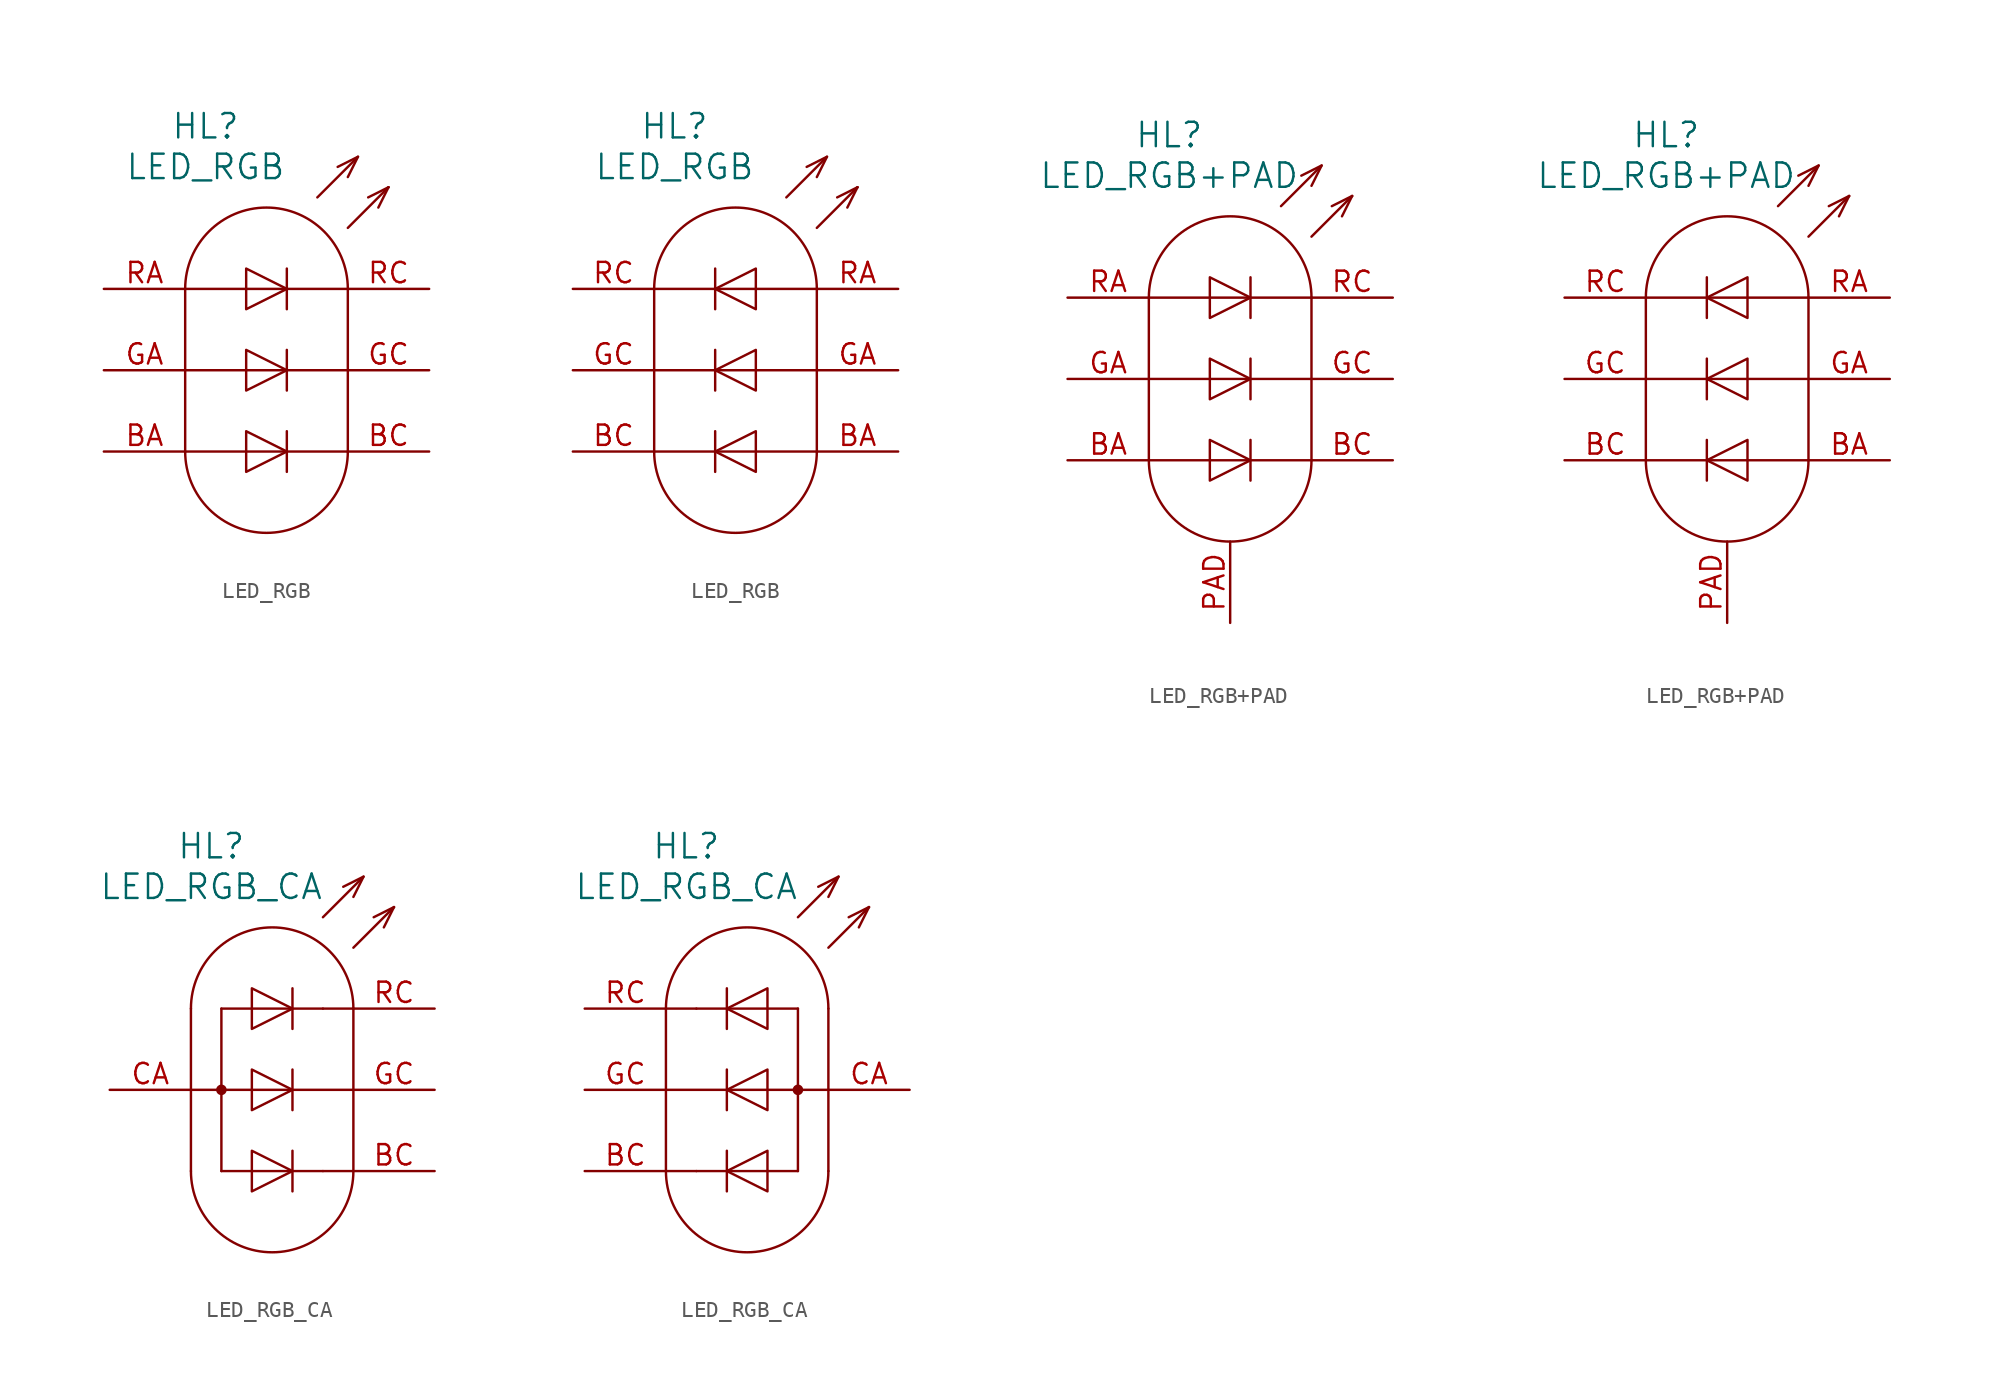
<source format=kicad_sym>
(kicad_symbol_lib
  (version 20220914)
  (generator kicad_symbol_editor)
  (symbol "LED_RGB"
    (pin_names
      (offset 1.016) hide)
    (property "Reference" "HL"
      (at -3.81 15.24 0)
      (effects (font (size 1.524 1.524))))
    (property "Value" "LED_RGB"
      (at -3.81 12.7 0)
      (effects (font (size 1.524 1.524))))
    (property "Datasheet" ""
      (at 5.08 -8.89 0)
      (effects (font (size 1.524 1.524))))
    (symbol "LED_RGB_0_0"
      (arc (start -5.08 -5.08) (mid 0 -10.1379) (end 5.08 -5.08) (stroke (width 0) (type solid)) (fill (type none)))
      (polyline (pts (xy -5.08 5.08) (xy -5.08 -5.08)) (stroke (width 0) (type solid)) (fill (type none)))
      (polyline (pts (xy 5.08 -5.08) (xy 5.08 5.08)) (stroke (width 0) (type solid)) (fill (type background)))
      (polyline (pts (xy -5.08 -5.08) (xy 5.08 -5.08) (xy 5.08 -5.08)) (stroke (width 0) (type solid)) (fill (type none)))
      (polyline (pts (xy -5.08 0) (xy 5.08 0) (xy 5.08 0)) (stroke (width 0) (type solid)) (fill (type none)))
      (polyline (pts (xy -5.08 5.08) (xy 5.08 5.08) (xy 5.08 5.08)) (stroke (width 0) (type solid)) (fill (type none)))
      (polyline (pts (xy 3.175 10.795) (xy 5.715 13.335) (xy 5.715 13.335)) (stroke (width 0) (type solid)) (fill (type none)))
      (polyline (pts (xy 5.08 8.89) (xy 7.62 11.43) (xy 7.62 11.43)) (stroke (width 0) (type solid)) (fill (type none)))
      (polyline (pts (xy 7.62 11.43) (xy 6.35 10.795) (xy 6.35 10.795)) (stroke (width 0) (type solid)) (fill (type none)))
      (polyline (pts (xy 7.62 11.43) (xy 6.985 10.16) (xy 6.985 10.16)) (stroke (width 0) (type solid)) (fill (type none)))
      (polyline (pts (xy 5.08 12.065) (xy 5.715 13.335) (xy 4.445 12.7) (xy 4.445 12.7)) (stroke (width 0) (type solid)) (fill (type none)))
      (arc (start 5.08 5.08) (mid 0 10.1379) (end -5.08 5.08) (stroke (width 0) (type solid)) (fill (type none))))
    (symbol "LED_RGB_0_1"
      (polyline (pts (xy 1.27 -3.81) (xy 1.27 -6.35) (xy 1.27 -6.35)) (stroke (width 0) (type solid)) (fill (type none)))
      (polyline (pts (xy 1.27 1.27) (xy 1.27 -1.27) (xy 1.27 -1.27)) (stroke (width 0) (type solid)) (fill (type none)))
      (polyline (pts (xy 1.27 6.35) (xy 1.27 3.81) (xy 1.27 3.81)) (stroke (width 0) (type solid)) (fill (type none)))
      (polyline (pts (xy -1.27 -3.81) (xy -1.27 -6.35) (xy 1.27 -5.08) (xy -1.27 -3.81) (xy -1.27 -3.81)) (stroke (width 0) (type solid)) (fill (type none)))
      (polyline (pts (xy -1.27 1.27) (xy -1.27 -1.27) (xy 1.27 0) (xy -1.27 1.27) (xy -1.27 1.27)) (stroke (width 0) (type solid)) (fill (type none)))
      (polyline (pts (xy -1.27 6.35) (xy -1.27 3.81) (xy 1.27 5.08) (xy -1.27 6.35) (xy -1.27 6.35)) (stroke (width 0) (type solid)) (fill (type none))))
    (symbol "LED_RGB_0_2"
      (polyline (pts (xy -1.27 -3.81) (xy -1.27 -6.35) (xy -1.27 -6.35)) (stroke (width 0) (type solid)) (fill (type none)))
      (polyline (pts (xy -1.27 1.27) (xy -1.27 -1.27) (xy -1.27 -1.27)) (stroke (width 0) (type solid)) (fill (type none)))
      (polyline (pts (xy -1.27 6.35) (xy -1.27 3.81) (xy -1.27 3.81)) (stroke (width 0) (type solid)) (fill (type none)))
      (polyline (pts (xy 1.27 -3.81) (xy 1.27 -6.35) (xy -1.27 -5.08) (xy 1.27 -3.81) (xy 1.27 -3.81)) (stroke (width 0) (type solid)) (fill (type none)))
      (polyline (pts (xy 1.27 1.27) (xy 1.27 -1.27) (xy -1.27 0) (xy 1.27 1.27) (xy 1.27 1.27)) (stroke (width 0) (type solid)) (fill (type none)))
      (polyline (pts (xy 1.27 6.35) (xy 1.27 3.81) (xy -1.27 5.08) (xy 1.27 6.35) (xy 1.27 6.35)) (stroke (width 0) (type solid)) (fill (type none))))
    (symbol "LED_RGB_1_1"
      (pin passive line (at -10.16 -5.08 0) (length 5.08) (name "~" (effects (font (size 1.27 1.27)))) (number "BA" (effects (font (size 1.27 1.27)))))
      (pin passive line (at 10.16 -5.08 180) (length 5.08) (name "B" (effects (font (size 1.27 1.27)))) (number "BC" (effects (font (size 1.27 1.27)))))
      (pin passive line (at -10.16 0 0) (length 5.08) (name "~" (effects (font (size 1.27 1.27)))) (number "GA" (effects (font (size 1.27 1.27)))))
      (pin passive line (at 10.16 0 180) (length 5.08) (name "G" (effects (font (size 1.27 1.27)))) (number "GC" (effects (font (size 1.27 1.27)))))
      (pin passive line (at -10.16 5.08 0) (length 5.08) (name "~" (effects (font (size 1.27 1.27)))) (number "RA" (effects (font (size 1.27 1.27)))))
      (pin passive line (at 10.16 5.08 180) (length 5.08) (name "~" (effects (font (size 1.27 1.27)))) (number "RC" (effects (font (size 1.27 1.27))))))
    (symbol "LED_RGB_1_2"
      (pin passive line (at 10.16 -5.08 180) (length 5.08) (name "~" (effects (font (size 1.27 1.27)))) (number "BA" (effects (font (size 1.27 1.27)))))
      (pin passive line (at -10.16 -5.08 0) (length 5.08) (name "B" (effects (font (size 1.27 1.27)))) (number "BC" (effects (font (size 1.27 1.27)))))
      (pin passive line (at 10.16 0 180) (length 5.08) (name "~" (effects (font (size 1.27 1.27)))) (number "GA" (effects (font (size 1.27 1.27)))))
      (pin passive line (at -10.16 0 0) (length 5.08) (name "G" (effects (font (size 1.27 1.27)))) (number "GC" (effects (font (size 1.27 1.27)))))
      (pin passive line (at 10.16 5.08 180) (length 5.08) (name "~" (effects (font (size 1.27 1.27)))) (number "RA" (effects (font (size 1.27 1.27)))))
      (pin passive line (at -10.16 5.08 0) (length 5.08) (name "~" (effects (font (size 1.27 1.27)))) (number "RC" (effects (font (size 1.27 1.27)))))))
  (symbol "LED_RGB+PAD"
    (pin_names
      (offset 1.016) hide)
    (property "Reference" "HL"
      (at -3.81 15.24 0)
      (effects (font (size 1.524 1.524))))
    (property "Value" "LED_RGB+PAD"
      (at -3.81 12.7 0)
      (effects (font (size 1.524 1.524))))
    (property "Datasheet" ""
      (at 5.08 -8.89 0)
      (effects (font (size 1.524 1.524))))
    (symbol "LED_RGB+PAD_0_0"
      (arc (start -5.08 -5.08) (mid 0 -10.1379) (end 5.08 -5.08) (stroke (width 0) (type solid)) (fill (type none)))
      (polyline (pts (xy -5.08 5.08) (xy -5.08 -5.08)) (stroke (width 0) (type solid)) (fill (type none)))
      (polyline (pts (xy 5.08 -5.08) (xy 5.08 5.08)) (stroke (width 0) (type solid)) (fill (type background)))
      (polyline (pts (xy -5.08 -5.08) (xy 5.08 -5.08) (xy 5.08 -5.08)) (stroke (width 0) (type solid)) (fill (type none)))
      (polyline (pts (xy -5.08 0) (xy 5.08 0) (xy 5.08 0)) (stroke (width 0) (type solid)) (fill (type none)))
      (polyline (pts (xy -5.08 5.08) (xy 5.08 5.08) (xy 5.08 5.08)) (stroke (width 0) (type solid)) (fill (type none)))
      (polyline (pts (xy 3.175 10.795) (xy 5.715 13.335) (xy 5.715 13.335)) (stroke (width 0) (type solid)) (fill (type none)))
      (polyline (pts (xy 5.08 8.89) (xy 7.62 11.43) (xy 7.62 11.43)) (stroke (width 0) (type solid)) (fill (type none)))
      (polyline (pts (xy 7.62 11.43) (xy 6.35 10.795) (xy 6.35 10.795)) (stroke (width 0) (type solid)) (fill (type none)))
      (polyline (pts (xy 7.62 11.43) (xy 6.985 10.16) (xy 6.985 10.16)) (stroke (width 0) (type solid)) (fill (type none)))
      (polyline (pts (xy 5.08 12.065) (xy 5.715 13.335) (xy 4.445 12.7) (xy 4.445 12.7)) (stroke (width 0) (type solid)) (fill (type none)))
      (arc (start 5.08 5.08) (mid 0 10.1379) (end -5.08 5.08) (stroke (width 0) (type solid)) (fill (type none))))
    (symbol "LED_RGB+PAD_0_1"
      (polyline (pts (xy 1.27 -3.81) (xy 1.27 -6.35) (xy 1.27 -6.35)) (stroke (width 0) (type solid)) (fill (type none)))
      (polyline (pts (xy 1.27 1.27) (xy 1.27 -1.27) (xy 1.27 -1.27)) (stroke (width 0) (type solid)) (fill (type none)))
      (polyline (pts (xy 1.27 6.35) (xy 1.27 3.81) (xy 1.27 3.81)) (stroke (width 0) (type solid)) (fill (type none)))
      (polyline (pts (xy -1.27 -3.81) (xy -1.27 -6.35) (xy 1.27 -5.08) (xy -1.27 -3.81) (xy -1.27 -3.81)) (stroke (width 0) (type solid)) (fill (type none)))
      (polyline (pts (xy -1.27 1.27) (xy -1.27 -1.27) (xy 1.27 0) (xy -1.27 1.27) (xy -1.27 1.27)) (stroke (width 0) (type solid)) (fill (type none)))
      (polyline (pts (xy -1.27 6.35) (xy -1.27 3.81) (xy 1.27 5.08) (xy -1.27 6.35) (xy -1.27 6.35)) (stroke (width 0) (type solid)) (fill (type none))))
    (symbol "LED_RGB+PAD_0_2"
      (polyline (pts (xy -1.27 -3.81) (xy -1.27 -6.35) (xy -1.27 -6.35)) (stroke (width 0) (type solid)) (fill (type none)))
      (polyline (pts (xy -1.27 1.27) (xy -1.27 -1.27) (xy -1.27 -1.27)) (stroke (width 0) (type solid)) (fill (type none)))
      (polyline (pts (xy -1.27 6.35) (xy -1.27 3.81) (xy -1.27 3.81)) (stroke (width 0) (type solid)) (fill (type none)))
      (polyline (pts (xy 1.27 -3.81) (xy 1.27 -6.35) (xy -1.27 -5.08) (xy 1.27 -3.81) (xy 1.27 -3.81)) (stroke (width 0) (type solid)) (fill (type none)))
      (polyline (pts (xy 1.27 1.27) (xy 1.27 -1.27) (xy -1.27 0) (xy 1.27 1.27) (xy 1.27 1.27)) (stroke (width 0) (type solid)) (fill (type none)))
      (polyline (pts (xy 1.27 6.35) (xy 1.27 3.81) (xy -1.27 5.08) (xy 1.27 6.35) (xy 1.27 6.35)) (stroke (width 0) (type solid)) (fill (type none))))
    (symbol "LED_RGB+PAD_1_0"
      (pin passive line (at 0 -15.24 90) (length 5.08) (name "~" (effects (font (size 1.27 1.27)))) (number "PAD" (effects (font (size 1.27 1.27))))))
    (symbol "LED_RGB+PAD_1_1"
      (pin passive line (at -10.16 -5.08 0) (length 5.08) (name "~" (effects (font (size 1.27 1.27)))) (number "BA" (effects (font (size 1.27 1.27)))))
      (pin passive line (at 10.16 -5.08 180) (length 5.08) (name "B" (effects (font (size 1.27 1.27)))) (number "BC" (effects (font (size 1.27 1.27)))))
      (pin passive line (at -10.16 0 0) (length 5.08) (name "~" (effects (font (size 1.27 1.27)))) (number "GA" (effects (font (size 1.27 1.27)))))
      (pin passive line (at 10.16 0 180) (length 5.08) (name "G" (effects (font (size 1.27 1.27)))) (number "GC" (effects (font (size 1.27 1.27)))))
      (pin passive line (at -10.16 5.08 0) (length 5.08) (name "~" (effects (font (size 1.27 1.27)))) (number "RA" (effects (font (size 1.27 1.27)))))
      (pin passive line (at 10.16 5.08 180) (length 5.08) (name "~" (effects (font (size 1.27 1.27)))) (number "RC" (effects (font (size 1.27 1.27))))))
    (symbol "LED_RGB+PAD_1_2"
      (pin passive line (at 10.16 -5.08 180) (length 5.08) (name "~" (effects (font (size 1.27 1.27)))) (number "BA" (effects (font (size 1.27 1.27)))))
      (pin passive line (at -10.16 -5.08 0) (length 5.08) (name "B" (effects (font (size 1.27 1.27)))) (number "BC" (effects (font (size 1.27 1.27)))))
      (pin passive line (at 10.16 0 180) (length 5.08) (name "~" (effects (font (size 1.27 1.27)))) (number "GA" (effects (font (size 1.27 1.27)))))
      (pin passive line (at -10.16 0 0) (length 5.08) (name "G" (effects (font (size 1.27 1.27)))) (number "GC" (effects (font (size 1.27 1.27)))))
      (pin passive line (at 10.16 5.08 180) (length 5.08) (name "~" (effects (font (size 1.27 1.27)))) (number "RA" (effects (font (size 1.27 1.27)))))
      (pin passive line (at -10.16 5.08 0) (length 5.08) (name "~" (effects (font (size 1.27 1.27)))) (number "RC" (effects (font (size 1.27 1.27)))))))
  (symbol "LED_RGB_CA"
    (pin_names
      (offset 1.016) hide)
    (property "Reference" "HL"
      (at -3.81 15.24 0)
      (effects (font (size 1.524 1.524))))
    (property "Value" "LED_RGB_CA"
      (at -3.81 12.7 0)
      (effects (font (size 1.524 1.524))))
    (property "Datasheet" ""
      (at 5.08 -8.89 0)
      (effects (font (size 1.524 1.524))))
    (symbol "LED_RGB_CA_0_0"
      (arc (start -5.08 -5.08) (mid 0 -10.1379) (end 5.08 -5.08) (stroke (width 0) (type solid)) (fill (type none)))
      (polyline (pts (xy -5.08 5.08) (xy -5.08 -5.08)) (stroke (width 0) (type solid)) (fill (type none)))
      (polyline (pts (xy -3.175 5.08) (xy 3.175 5.08)) (stroke (width 0) (type solid)) (fill (type none)))
      (polyline (pts (xy 3.175 -5.08) (xy -3.175 -5.08)) (stroke (width 0) (type solid)) (fill (type none)))
      (polyline (pts (xy 5.08 -5.08) (xy 5.08 5.08)) (stroke (width 0) (type solid)) (fill (type background)))
      (polyline (pts (xy -5.08 0) (xy 5.08 0) (xy 5.08 0)) (stroke (width 0) (type solid)) (fill (type none)))
      (polyline (pts (xy 3.175 10.795) (xy 5.715 13.335) (xy 5.715 13.335)) (stroke (width 0) (type solid)) (fill (type none)))
      (polyline (pts (xy 5.08 8.89) (xy 7.62 11.43) (xy 7.62 11.43)) (stroke (width 0) (type solid)) (fill (type none)))
      (polyline (pts (xy 7.62 11.43) (xy 6.35 10.795) (xy 6.35 10.795)) (stroke (width 0) (type solid)) (fill (type none)))
      (polyline (pts (xy 7.62 11.43) (xy 6.985 10.16) (xy 6.985 10.16)) (stroke (width 0) (type solid)) (fill (type none)))
      (polyline (pts (xy 5.08 12.065) (xy 5.715 13.335) (xy 4.445 12.7) (xy 4.445 12.7)) (stroke (width 0) (type solid)) (fill (type none)))
      (arc (start 5.08 5.08) (mid 0 10.1379) (end -5.08 5.08) (stroke (width 0) (type solid)) (fill (type none))))
    (symbol "LED_RGB_CA_0_1"
      (circle (center -3.175 0) (radius 0.254) (stroke (width 0) (type solid)) (fill (type outline)))
      (polyline (pts (xy -3.175 -5.08) (xy -3.175 5.08)) (stroke (width 0) (type solid)) (fill (type none)))
      (polyline (pts (xy 5.08 -5.08) (xy 3.175 -5.08)) (stroke (width 0) (type solid)) (fill (type none)))
      (polyline (pts (xy 5.08 5.08) (xy 3.175 5.08)) (stroke (width 0) (type solid)) (fill (type none)))
      (polyline (pts (xy 1.27 -3.81) (xy 1.27 -6.35) (xy 1.27 -6.35)) (stroke (width 0) (type solid)) (fill (type none)))
      (polyline (pts (xy 1.27 1.27) (xy 1.27 -1.27) (xy 1.27 -1.27)) (stroke (width 0) (type solid)) (fill (type none)))
      (polyline (pts (xy 1.27 6.35) (xy 1.27 3.81) (xy 1.27 3.81)) (stroke (width 0) (type solid)) (fill (type none)))
      (polyline (pts (xy -1.27 -3.81) (xy -1.27 -6.35) (xy 1.27 -5.08) (xy -1.27 -3.81) (xy -1.27 -3.81)) (stroke (width 0) (type solid)) (fill (type none)))
      (polyline (pts (xy -1.27 1.27) (xy -1.27 -1.27) (xy 1.27 0) (xy -1.27 1.27) (xy -1.27 1.27)) (stroke (width 0) (type solid)) (fill (type none)))
      (polyline (pts (xy -1.27 6.35) (xy -1.27 3.81) (xy 1.27 5.08) (xy -1.27 6.35) (xy -1.27 6.35)) (stroke (width 0) (type solid)) (fill (type none))))
    (symbol "LED_RGB_CA_0_2"
      (polyline (pts (xy -3.175 -5.08) (xy -5.08 -5.08)) (stroke (width 0) (type solid)) (fill (type none)))
      (polyline (pts (xy -3.175 5.08) (xy -5.08 5.08)) (stroke (width 0) (type solid)) (fill (type none)))
      (polyline (pts (xy 3.175 -5.08) (xy 3.175 5.08)) (stroke (width 0) (type solid)) (fill (type none)))
      (polyline (pts (xy -1.27 -3.81) (xy -1.27 -6.35) (xy -1.27 -6.35)) (stroke (width 0) (type solid)) (fill (type none)))
      (polyline (pts (xy -1.27 1.27) (xy -1.27 -1.27) (xy -1.27 -1.27)) (stroke (width 0) (type solid)) (fill (type none)))
      (polyline (pts (xy -1.27 6.35) (xy -1.27 3.81) (xy -1.27 3.81)) (stroke (width 0) (type solid)) (fill (type none)))
      (polyline (pts (xy 1.27 -3.81) (xy 1.27 -6.35) (xy -1.27 -5.08) (xy 1.27 -3.81) (xy 1.27 -3.81)) (stroke (width 0) (type solid)) (fill (type none)))
      (polyline (pts (xy 1.27 1.27) (xy 1.27 -1.27) (xy -1.27 0) (xy 1.27 1.27) (xy 1.27 1.27)) (stroke (width 0) (type solid)) (fill (type none)))
      (polyline (pts (xy 1.27 6.35) (xy 1.27 3.81) (xy -1.27 5.08) (xy 1.27 6.35) (xy 1.27 6.35)) (stroke (width 0) (type solid)) (fill (type none)))
      (circle (center 3.175 0) (radius 0.254) (stroke (width 0) (type solid)) (fill (type outline))))
    (symbol "LED_RGB_CA_1_1"
      (pin passive line (at 10.16 -5.08 180) (length 5.08) (name "B" (effects (font (size 1.27 1.27)))) (number "BC" (effects (font (size 1.27 1.27)))))
      (pin passive line (at -10.16 0 0) (length 5.08) (name "A" (effects (font (size 1.27 1.27)))) (number "CA" (effects (font (size 1.27 1.27)))))
      (pin passive line (at 10.16 0 180) (length 5.08) (name "G" (effects (font (size 1.27 1.27)))) (number "GC" (effects (font (size 1.27 1.27)))))
      (pin passive line (at 10.16 5.08 180) (length 5.08) (name "R" (effects (font (size 1.27 1.27)))) (number "RC" (effects (font (size 1.27 1.27))))))
    (symbol "LED_RGB_CA_1_2"
      (pin passive line (at -10.16 -5.08 0) (length 5.08) (name "B" (effects (font (size 1.27 1.27)))) (number "BC" (effects (font (size 1.27 1.27)))))
      (pin passive line (at 10.16 0 180) (length 5.08) (name "A" (effects (font (size 1.27 1.27)))) (number "CA" (effects (font (size 1.27 1.27)))))
      (pin passive line (at -10.16 0 0) (length 5.08) (name "G" (effects (font (size 1.27 1.27)))) (number "GC" (effects (font (size 1.27 1.27)))))
      (pin passive line (at -10.16 5.08 0) (length 5.08) (name "R" (effects (font (size 1.27 1.27)))) (number "RC" (effects (font (size 1.27 1.27))))))))
</source>
